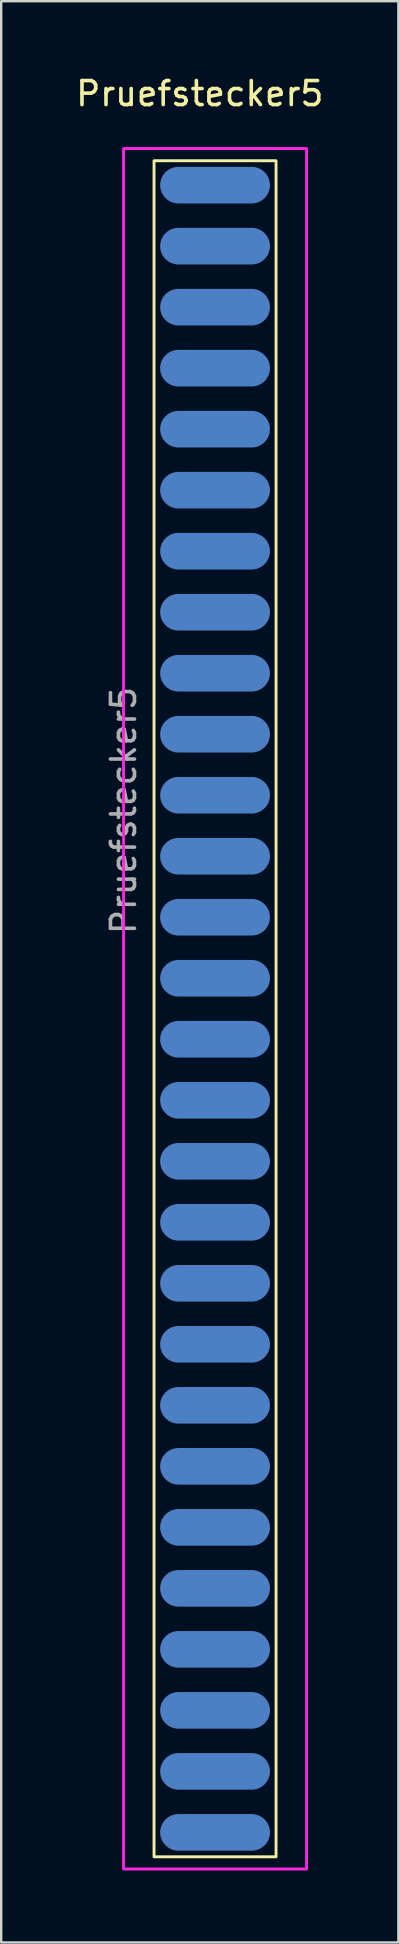
<source format=kicad_pcb>
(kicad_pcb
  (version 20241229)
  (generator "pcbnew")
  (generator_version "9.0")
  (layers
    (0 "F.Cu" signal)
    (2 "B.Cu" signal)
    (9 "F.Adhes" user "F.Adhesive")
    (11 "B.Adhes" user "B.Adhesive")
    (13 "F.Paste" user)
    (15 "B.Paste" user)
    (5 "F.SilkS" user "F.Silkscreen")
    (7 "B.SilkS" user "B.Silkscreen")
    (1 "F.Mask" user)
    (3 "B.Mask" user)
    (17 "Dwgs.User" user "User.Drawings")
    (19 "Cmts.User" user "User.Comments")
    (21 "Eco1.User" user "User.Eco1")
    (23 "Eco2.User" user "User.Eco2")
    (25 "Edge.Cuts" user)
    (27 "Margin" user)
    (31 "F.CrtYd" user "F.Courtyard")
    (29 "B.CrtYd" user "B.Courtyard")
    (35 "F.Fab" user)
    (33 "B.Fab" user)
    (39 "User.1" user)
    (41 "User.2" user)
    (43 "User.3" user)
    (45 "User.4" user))
  (footprint "Pruefstecker5"
    (layer "F.Cu")
    (at 3.363 38.948)
    (property "Reference" "Pruefstecker5" (at 1.905 -38.1 0) (unlocked yes) (layer "F.SilkS") (effects (font (size 1 1) (thickness 0.15))))
    (property "Value" "Pruefstecker5" (at -1.27 8.89 90) (unlocked yes) (layer "F.Fab") (hide yes) (effects (font (size 1 1) (thickness 0.15))))
    (fp_rect (start 0 -35.306) (end 5.08 35.306) (stroke (width 0.12) (type solid)) (fill no) (layer "F.SilkS"))
    (fp_rect (start -1.27 -35.814) (end 6.35 35.814) (stroke (width 0.12) (type solid)) (fill no) (layer "F.CrtYd"))
    (fp_text user "${VALUE}" (at -1.27 -8.255 90) (unlocked yes) (layer "F.Fab") (effects (font (size 1 1) (thickness 0.15))))
    (pad "1" connect oval (at 2.54 -34.29) (size 4.572 1.524) (layers "B.Cu" "B.Mask"))
    (pad "2" connect oval (at 2.54 -31.75) (size 4.572 1.524) (layers "B.Cu" "B.Mask"))
    (pad "3" connect oval (at 2.54 -29.21) (size 4.572 1.524) (layers "B.Cu" "B.Mask"))
    (pad "4" connect oval (at 2.54 -26.67) (size 4.572 1.524) (layers "B.Cu" "B.Mask"))
    (pad "5" connect oval (at 2.54 -24.13) (size 4.572 1.524) (layers "B.Cu" "B.Mask"))
    (pad "6" connect oval (at 2.54 -21.59) (size 4.572 1.524) (layers "B.Cu" "B.Mask"))
    (pad "7" connect oval (at 2.54 -19.05) (size 4.572 1.524) (layers "B.Cu" "B.Mask"))
    (pad "8" connect oval (at 2.54 -16.51) (size 4.572 1.524) (layers "B.Cu" "B.Mask"))
    (pad "9" connect oval (at 2.54 -13.97) (size 4.572 1.524) (layers "B.Cu" "B.Mask"))
    (pad "10" connect oval (at 2.54 -11.43) (size 4.572 1.524) (layers "B.Cu" "B.Mask"))
    (pad "11" connect oval (at 2.54 -8.89) (size 4.572 1.524) (layers "B.Cu" "B.Mask"))
    (pad "12" connect oval (at 2.54 -6.35) (size 4.572 1.524) (layers "B.Cu" "B.Mask"))
    (pad "13" connect oval (at 2.54 -3.81) (size 4.572 1.524) (layers "B.Cu" "B.Mask"))
    (pad "14" connect oval (at 2.54 -1.27) (size 4.572 1.524) (layers "B.Cu" "B.Mask"))
    (pad "15" connect oval (at 2.54 1.27) (size 4.572 1.524) (layers "B.Cu" "B.Mask"))
    (pad "16" connect oval (at 2.54 3.81) (size 4.572 1.524) (layers "B.Cu" "B.Mask"))
    (pad "17" connect oval (at 2.54 6.35) (size 4.572 1.524) (layers "B.Cu" "B.Mask"))
    (pad "18" connect oval (at 2.54 8.89) (size 4.572 1.524) (layers "B.Cu" "B.Mask"))
    (pad "19" connect oval (at 2.54 11.43) (size 4.572 1.524) (layers "B.Cu" "B.Mask"))
    (pad "20" connect oval (at 2.54 13.97) (size 4.572 1.524) (layers "B.Cu" "B.Mask"))
    (pad "21" connect oval (at 2.54 16.51) (size 4.572 1.524) (layers "B.Cu" "B.Mask"))
    (pad "22" connect oval (at 2.54 19.05) (size 4.572 1.524) (layers "B.Cu" "B.Mask"))
    (pad "23" connect oval (at 2.54 21.59) (size 4.572 1.524) (layers "B.Cu" "B.Mask"))
    (pad "24" connect oval (at 2.54 24.13) (size 4.572 1.524) (layers "B.Cu" "B.Mask"))
    (pad "25" connect oval (at 2.54 26.67) (size 4.572 1.524) (layers "B.Cu" "B.Mask"))
    (pad "26" connect oval (at 2.54 29.21) (size 4.572 1.524) (layers "B.Cu" "B.Mask"))
    (pad "27" connect oval (at 2.54 31.75) (size 4.572 1.524) (layers "B.Cu" "B.Mask"))
    (pad "28" connect oval (at 2.54 34.29) (size 4.572 1.524) (layers "B.Cu" "B.Mask")))
  (gr_rect
    (start -3 -3)
    (end 13.536 77.822)
    (stroke (width 0.1) (type default))
    (fill no)
    (layer "Edge.Cuts")))
</source>
